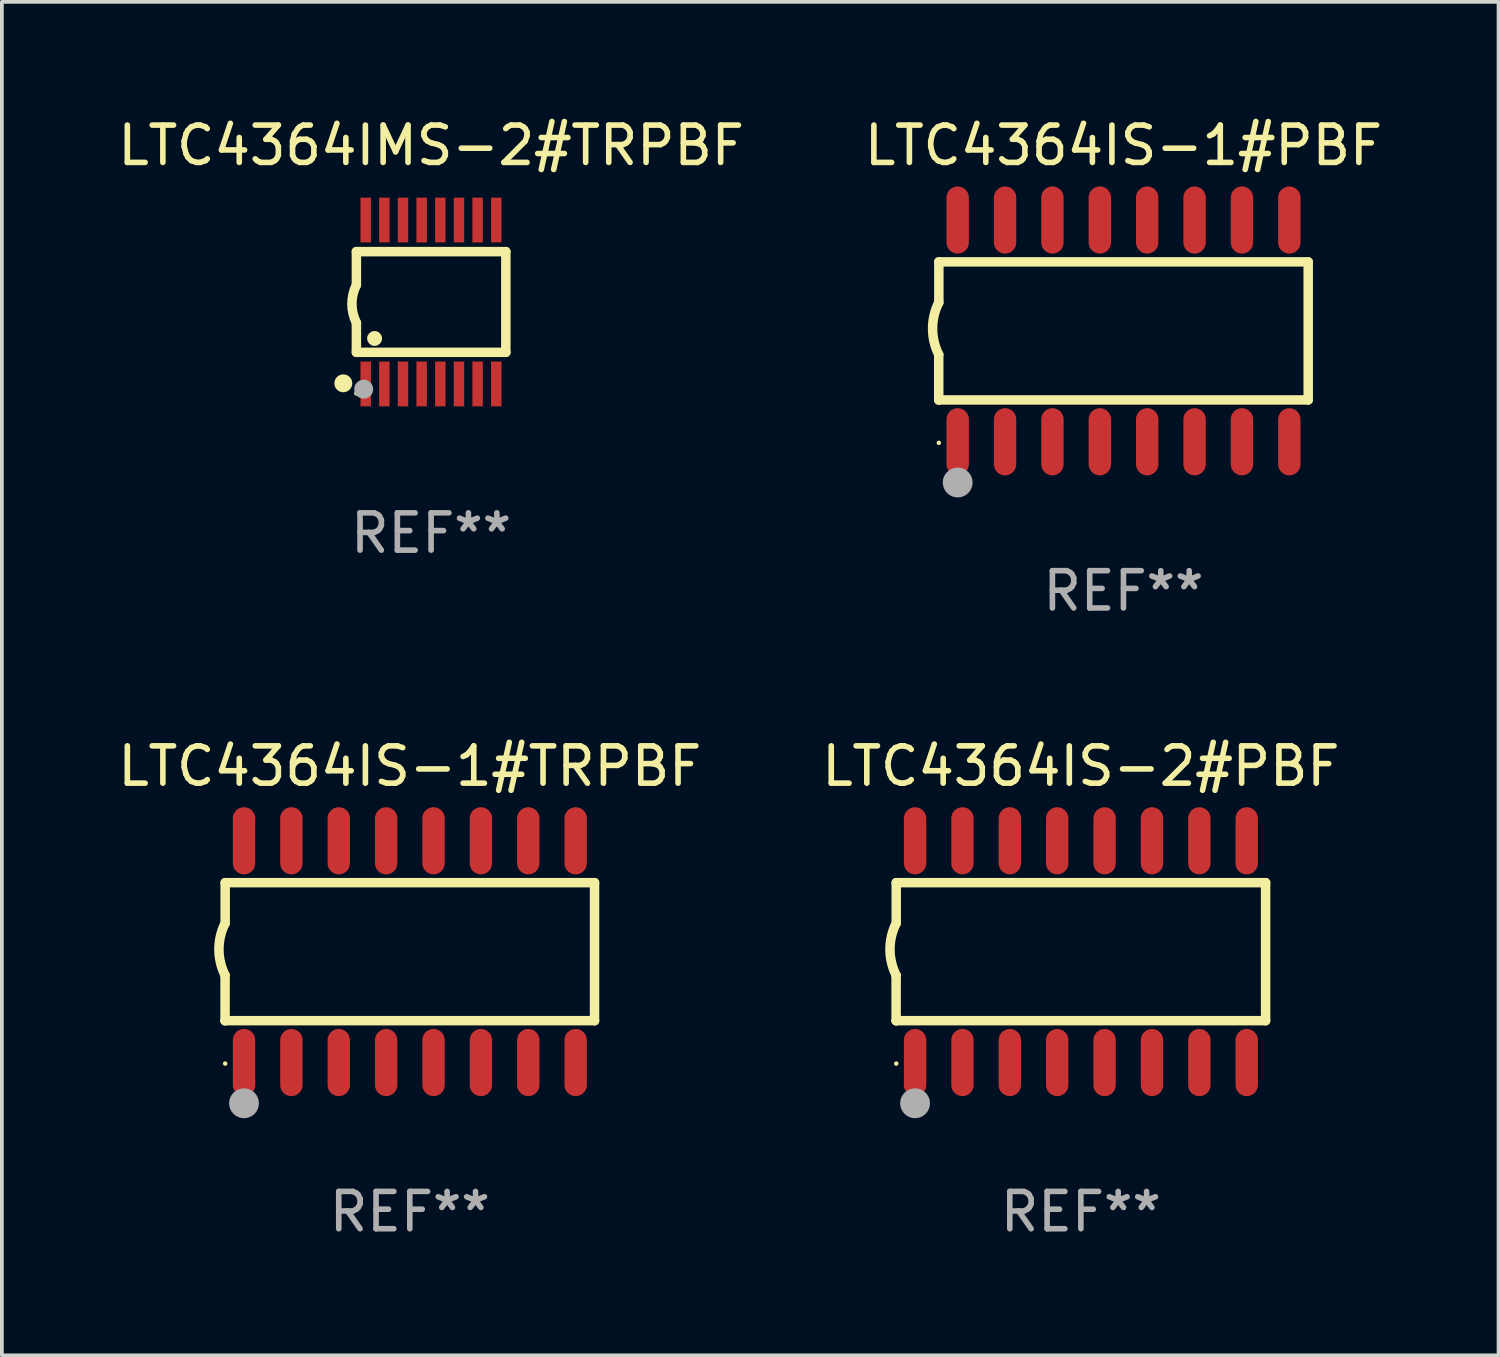
<source format=kicad_pcb>
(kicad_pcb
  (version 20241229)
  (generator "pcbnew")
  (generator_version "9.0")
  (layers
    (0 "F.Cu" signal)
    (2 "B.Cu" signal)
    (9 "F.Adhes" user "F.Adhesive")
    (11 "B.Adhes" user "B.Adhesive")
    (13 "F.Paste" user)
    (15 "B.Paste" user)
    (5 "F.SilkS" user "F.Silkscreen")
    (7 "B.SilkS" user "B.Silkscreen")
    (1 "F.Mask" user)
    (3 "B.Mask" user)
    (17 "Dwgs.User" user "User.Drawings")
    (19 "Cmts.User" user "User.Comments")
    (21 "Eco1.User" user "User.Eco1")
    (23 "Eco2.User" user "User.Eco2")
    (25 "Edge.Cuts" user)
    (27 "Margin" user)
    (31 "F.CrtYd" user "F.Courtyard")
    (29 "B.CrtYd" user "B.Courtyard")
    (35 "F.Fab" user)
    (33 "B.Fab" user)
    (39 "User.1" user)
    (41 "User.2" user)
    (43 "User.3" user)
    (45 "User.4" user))
  (footprint "LTC4364IS-1#PBF"
    (layer "F.Cu")
    (at 27.065 5.82)
    (property "Reference" "LTC4364IS-1#PBF" (at 0 -4.972 0) (layer "F.SilkS") (effects (font (size 1 1) (thickness 0.15))))
    (attr through_hole)
    (fp_line (start -4.952 0.635) (end -4.952 1.85) (stroke (width 0.254) (type solid)) (layer "F.SilkS"))
    (fp_line (start -4.952 1.85) (end -4.949 1.85) (stroke (width 0.254) (type solid)) (layer "F.SilkS"))
    (fp_line (start -4.949 -1.85) (end -4.949 -0.762) (stroke (width 0.254) (type solid)) (layer "F.SilkS"))
    (fp_line (start -4.949 1.85) (end 4.952 1.85) (stroke (width 0.254) (type solid)) (layer "F.SilkS"))
    (fp_line (start 4.952 -1.85) (end -4.949 -1.85) (stroke (width 0.254) (type solid)) (layer "F.SilkS"))
    (fp_line (start 4.952 1.85) (end 4.952 -1.85) (stroke (width 0.254) (type solid)) (layer "F.SilkS"))
    (fp_arc (start -4.951524 0.635001) (mid -5.116418 -0.0635) (end -4.951524 -0.762002) (stroke (width 0.254001) (type solid)) (layer "F.SilkS"))
    (fp_circle (center -4.949 3) (end -4.919 3) (stroke (width 0.06) (type solid)) (fill no) (layer "F.SilkS"))
    (fp_circle (center -4.444 4.064) (end -4.244 4.064) (stroke (width 0.4) (type solid)) (fill no) (layer "F.Fab"))
    (fp_text user "REF**" (at 0 6.972 0) (layer "F.Fab") (effects (font (size 1 1) (thickness 0.15))))
    (pad "1" smd oval (at -4.444 2.972 180) (size 0.6 1.8) (layers "F.Cu" "F.Mask" "F.Paste"))
    (pad "2" smd oval (at -3.174 2.972 180) (size 0.6 1.8) (layers "F.Cu" "F.Mask" "F.Paste"))
    (pad "3" smd oval (at -1.904 2.972 180) (size 0.6 1.8) (layers "F.Cu" "F.Mask" "F.Paste"))
    (pad "4" smd oval (at -0.634 2.972 180) (size 0.6 1.8) (layers "F.Cu" "F.Mask" "F.Paste"))
    (pad "5" smd oval (at 0.636 2.972 180) (size 0.6 1.8) (layers "F.Cu" "F.Mask" "F.Paste"))
    (pad "6" smd oval (at 1.906 2.972 180) (size 0.6 1.8) (layers "F.Cu" "F.Mask" "F.Paste"))
    (pad "7" smd oval (at 3.176 2.972 180) (size 0.6 1.8) (layers "F.Cu" "F.Mask" "F.Paste"))
    (pad "8" smd oval (at 4.446 2.972 180) (size 0.6 1.8) (layers "F.Cu" "F.Mask" "F.Paste"))
    (pad "9" smd oval (at 4.446 -2.972 180) (size 0.6 1.8) (layers "F.Cu" "F.Mask" "F.Paste"))
    (pad "10" smd oval (at 3.176 -2.972 180) (size 0.6 1.8) (layers "F.Cu" "F.Mask" "F.Paste"))
    (pad "11" smd oval (at 1.906 -2.972 180) (size 0.6 1.8) (layers "F.Cu" "F.Mask" "F.Paste"))
    (pad "12" smd oval (at 0.636 -2.972 180) (size 0.6 1.8) (layers "F.Cu" "F.Mask" "F.Paste"))
    (pad "13" smd oval (at -0.634 -2.972 180) (size 0.6 1.8) (layers "F.Cu" "F.Mask" "F.Paste"))
    (pad "14" smd oval (at -1.904 -2.972 180) (size 0.6 1.8) (layers "F.Cu" "F.Mask" "F.Paste"))
    (pad "15" smd oval (at -3.174 -2.972 180) (size 0.6 1.8) (layers "F.Cu" "F.Mask" "F.Paste"))
    (pad "16" smd oval (at -4.444 -2.972 180) (size 0.6 1.8) (layers "F.Cu" "F.Mask" "F.Paste")))
  (footprint "LTC4364IS-1#TRPBF"
    (layer "F.Cu")
    (at 7.935 22.46)
    (property "Reference" "LTC4364IS-1#TRPBF" (at 0 -4.972 0) (layer "F.SilkS") (effects (font (size 1 1) (thickness 0.15))))
    (attr through_hole)
    (fp_line (start -4.952 0.635) (end -4.952 1.85) (stroke (width 0.254) (type solid)) (layer "F.SilkS"))
    (fp_line (start -4.952 1.85) (end -4.949 1.85) (stroke (width 0.254) (type solid)) (layer "F.SilkS"))
    (fp_line (start -4.949 -1.85) (end -4.949 -0.762) (stroke (width 0.254) (type solid)) (layer "F.SilkS"))
    (fp_line (start -4.949 1.85) (end 4.952 1.85) (stroke (width 0.254) (type solid)) (layer "F.SilkS"))
    (fp_line (start 4.952 -1.85) (end -4.949 -1.85) (stroke (width 0.254) (type solid)) (layer "F.SilkS"))
    (fp_line (start 4.952 1.85) (end 4.952 -1.85) (stroke (width 0.254) (type solid)) (layer "F.SilkS"))
    (fp_arc (start -4.951524 0.635001) (mid -5.116418 -0.0635) (end -4.951524 -0.762002) (stroke (width 0.254001) (type solid)) (layer "F.SilkS"))
    (fp_circle (center -4.949 3) (end -4.919 3) (stroke (width 0.06) (type solid)) (fill no) (layer "F.SilkS"))
    (fp_circle (center -4.444 4.064) (end -4.244 4.064) (stroke (width 0.4) (type solid)) (fill no) (layer "F.Fab"))
    (fp_text user "REF**" (at 0 6.972 0) (layer "F.Fab") (effects (font (size 1 1) (thickness 0.15))))
    (pad "1" smd oval (at -4.444 2.972 180) (size 0.6 1.8) (layers "F.Cu" "F.Mask" "F.Paste"))
    (pad "2" smd oval (at -3.174 2.972 180) (size 0.6 1.8) (layers "F.Cu" "F.Mask" "F.Paste"))
    (pad "3" smd oval (at -1.904 2.972 180) (size 0.6 1.8) (layers "F.Cu" "F.Mask" "F.Paste"))
    (pad "4" smd oval (at -0.634 2.972 180) (size 0.6 1.8) (layers "F.Cu" "F.Mask" "F.Paste"))
    (pad "5" smd oval (at 0.636 2.972 180) (size 0.6 1.8) (layers "F.Cu" "F.Mask" "F.Paste"))
    (pad "6" smd oval (at 1.906 2.972 180) (size 0.6 1.8) (layers "F.Cu" "F.Mask" "F.Paste"))
    (pad "7" smd oval (at 3.176 2.972 180) (size 0.6 1.8) (layers "F.Cu" "F.Mask" "F.Paste"))
    (pad "8" smd oval (at 4.446 2.972 180) (size 0.6 1.8) (layers "F.Cu" "F.Mask" "F.Paste"))
    (pad "9" smd oval (at 4.446 -2.972 180) (size 0.6 1.8) (layers "F.Cu" "F.Mask" "F.Paste"))
    (pad "10" smd oval (at 3.176 -2.972 180) (size 0.6 1.8) (layers "F.Cu" "F.Mask" "F.Paste"))
    (pad "11" smd oval (at 1.906 -2.972 180) (size 0.6 1.8) (layers "F.Cu" "F.Mask" "F.Paste"))
    (pad "12" smd oval (at 0.636 -2.972 180) (size 0.6 1.8) (layers "F.Cu" "F.Mask" "F.Paste"))
    (pad "13" smd oval (at -0.634 -2.972 180) (size 0.6 1.8) (layers "F.Cu" "F.Mask" "F.Paste"))
    (pad "14" smd oval (at -1.904 -2.972 180) (size 0.6 1.8) (layers "F.Cu" "F.Mask" "F.Paste"))
    (pad "15" smd oval (at -3.174 -2.972 180) (size 0.6 1.8) (layers "F.Cu" "F.Mask" "F.Paste"))
    (pad "16" smd oval (at -4.444 -2.972 180) (size 0.6 1.8) (layers "F.Cu" "F.Mask" "F.Paste")))
  (footprint "LTC4364IS-2#PBF"
    (layer "F.Cu")
    (at 25.923 22.46)
    (property "Reference" "LTC4364IS-2#PBF" (at 0 -4.972 0) (layer "F.SilkS") (effects (font (size 1 1) (thickness 0.15))))
    (attr through_hole)
    (fp_line (start -4.952 0.635) (end -4.952 1.85) (stroke (width 0.254) (type solid)) (layer "F.SilkS"))
    (fp_line (start -4.952 1.85) (end -4.949 1.85) (stroke (width 0.254) (type solid)) (layer "F.SilkS"))
    (fp_line (start -4.949 -1.85) (end -4.949 -0.762) (stroke (width 0.254) (type solid)) (layer "F.SilkS"))
    (fp_line (start -4.949 1.85) (end 4.952 1.85) (stroke (width 0.254) (type solid)) (layer "F.SilkS"))
    (fp_line (start 4.952 -1.85) (end -4.949 -1.85) (stroke (width 0.254) (type solid)) (layer "F.SilkS"))
    (fp_line (start 4.952 1.85) (end 4.952 -1.85) (stroke (width 0.254) (type solid)) (layer "F.SilkS"))
    (fp_arc (start -4.951524 0.635001) (mid -5.116418 -0.0635) (end -4.951524 -0.762002) (stroke (width 0.254001) (type solid)) (layer "F.SilkS"))
    (fp_circle (center -4.949 3) (end -4.919 3) (stroke (width 0.06) (type solid)) (fill no) (layer "F.SilkS"))
    (fp_circle (center -4.444 4.064) (end -4.244 4.064) (stroke (width 0.4) (type solid)) (fill no) (layer "F.Fab"))
    (fp_text user "REF**" (at 0 6.972 0) (layer "F.Fab") (effects (font (size 1 1) (thickness 0.15))))
    (pad "1" smd oval (at -4.444 2.972 180) (size 0.6 1.8) (layers "F.Cu" "F.Mask" "F.Paste"))
    (pad "2" smd oval (at -3.174 2.972 180) (size 0.6 1.8) (layers "F.Cu" "F.Mask" "F.Paste"))
    (pad "3" smd oval (at -1.904 2.972 180) (size 0.6 1.8) (layers "F.Cu" "F.Mask" "F.Paste"))
    (pad "4" smd oval (at -0.634 2.972 180) (size 0.6 1.8) (layers "F.Cu" "F.Mask" "F.Paste"))
    (pad "5" smd oval (at 0.636 2.972 180) (size 0.6 1.8) (layers "F.Cu" "F.Mask" "F.Paste"))
    (pad "6" smd oval (at 1.906 2.972 180) (size 0.6 1.8) (layers "F.Cu" "F.Mask" "F.Paste"))
    (pad "7" smd oval (at 3.176 2.972 180) (size 0.6 1.8) (layers "F.Cu" "F.Mask" "F.Paste"))
    (pad "8" smd oval (at 4.446 2.972 180) (size 0.6 1.8) (layers "F.Cu" "F.Mask" "F.Paste"))
    (pad "9" smd oval (at 4.446 -2.972 180) (size 0.6 1.8) (layers "F.Cu" "F.Mask" "F.Paste"))
    (pad "10" smd oval (at 3.176 -2.972 180) (size 0.6 1.8) (layers "F.Cu" "F.Mask" "F.Paste"))
    (pad "11" smd oval (at 1.906 -2.972 180) (size 0.6 1.8) (layers "F.Cu" "F.Mask" "F.Paste"))
    (pad "12" smd oval (at 0.636 -2.972 180) (size 0.6 1.8) (layers "F.Cu" "F.Mask" "F.Paste"))
    (pad "13" smd oval (at -0.634 -2.972 180) (size 0.6 1.8) (layers "F.Cu" "F.Mask" "F.Paste"))
    (pad "14" smd oval (at -1.904 -2.972 180) (size 0.6 1.8) (layers "F.Cu" "F.Mask" "F.Paste"))
    (pad "15" smd oval (at -3.174 -2.972 180) (size 0.6 1.8) (layers "F.Cu" "F.Mask" "F.Paste"))
    (pad "16" smd oval (at -4.444 -2.972 180) (size 0.6 1.8) (layers "F.Cu" "F.Mask" "F.Paste")))
  (footprint "LTC4364IMS-2#TRPBF"
    (layer "F.Cu")
    (at 8.506 5.045)
    (property "Reference" "LTC4364IMS-2#TRPBF" (at 0 -4.197 0) (layer "F.SilkS") (effects (font (size 1 1) (thickness 0.15))))
    (attr through_hole)
    (fp_line (start -2.003 -1.35) (end -2.003 -0.457) (stroke (width 0.254) (type solid)) (layer "F.SilkS"))
    (fp_line (start -2.003 -1.35) (end 2.003 -1.35) (stroke (width 0.254) (type solid)) (layer "F.SilkS"))
    (fp_line (start -2.003 1.35) (end -2.003 0.559) (stroke (width 0.254) (type solid)) (layer "F.SilkS"))
    (fp_line (start -2.003 1.35) (end 2.003 1.35) (stroke (width 0.254) (type solid)) (layer "F.SilkS"))
    (fp_line (start 2.003 -1.35) (end 2.003 1.35) (stroke (width 0.254) (type solid)) (layer "F.SilkS"))
    (fp_arc (start -2.002286 0.558802) (mid -2.122556 0.05092) (end -2.003302 -0.457201) (stroke (width 0.254001) (type solid)) (layer "F.SilkS"))
    (fp_circle (center -2.353 2.18) (end -2.233 2.18) (stroke (width 0.24) (type solid)) (fill no) (layer "F.SilkS"))
    (fp_circle (center -2.003 2.45) (end -1.973 2.45) (stroke (width 0.06) (type solid)) (fill no) (layer "F.SilkS"))
    (fp_circle (center -1.515 0.978) (end -1.415 0.978) (stroke (width 0.2) (type solid)) (fill no) (layer "F.SilkS"))
    (fp_circle (center -1.807 2.337) (end -1.68 2.337) (stroke (width 0.254) (type solid)) (fill no) (layer "F.Fab"))
    (fp_text user "REF**" (at 0 6.197 0) (layer "F.Fab") (effects (font (size 1 1) (thickness 0.15))))
    (pad "1" smd rect (at -1.753 2.197 90) (size 1.2 0.28) (layers "F.Cu" "F.Mask" "F.Paste"))
    (pad "2" smd rect (at -1.253 2.197 90) (size 1.2 0.28) (layers "F.Cu" "F.Mask" "F.Paste"))
    (pad "3" smd rect (at -0.753 2.197 90) (size 1.2 0.28) (layers "F.Cu" "F.Mask" "F.Paste"))
    (pad "4" smd rect (at -0.253 2.197 90) (size 1.2 0.28) (layers "F.Cu" "F.Mask" "F.Paste"))
    (pad "5" smd rect (at 0.247 2.197 90) (size 1.2 0.28) (layers "F.Cu" "F.Mask" "F.Paste"))
    (pad "6" smd rect (at 0.747 2.197 90) (size 1.2 0.28) (layers "F.Cu" "F.Mask" "F.Paste"))
    (pad "7" smd rect (at 1.247 2.197 90) (size 1.2 0.28) (layers "F.Cu" "F.Mask" "F.Paste"))
    (pad "8" smd rect (at 1.747 2.197 90) (size 1.2 0.28) (layers "F.Cu" "F.Mask" "F.Paste"))
    (pad "9" smd rect (at 1.747 -2.197 90) (size 1.2 0.28) (layers "F.Cu" "F.Mask" "F.Paste"))
    (pad "10" smd rect (at 1.247 -2.197 90) (size 1.2 0.28) (layers "F.Cu" "F.Mask" "F.Paste"))
    (pad "11" smd rect (at 0.747 -2.197 90) (size 1.2 0.28) (layers "F.Cu" "F.Mask" "F.Paste"))
    (pad "12" smd rect (at 0.247 -2.197 90) (size 1.2 0.28) (layers "F.Cu" "F.Mask" "F.Paste"))
    (pad "13" smd rect (at -0.253 -2.197 90) (size 1.2 0.28) (layers "F.Cu" "F.Mask" "F.Paste"))
    (pad "14" smd rect (at -0.753 -2.197 90) (size 1.2 0.28) (layers "F.Cu" "F.Mask" "F.Paste"))
    (pad "15" smd rect (at -1.253 -2.197 90) (size 1.2 0.28) (layers "F.Cu" "F.Mask" "F.Paste"))
    (pad "16" smd rect (at -1.753 -2.197 90) (size 1.2 0.28) (layers "F.Cu" "F.Mask" "F.Paste")))
  (gr_rect
    (start -3 -3)
    (end 37.119 33.28)
    (stroke (width 0.1) (type default))
    (fill no)
    (layer "Edge.Cuts")))
</source>
